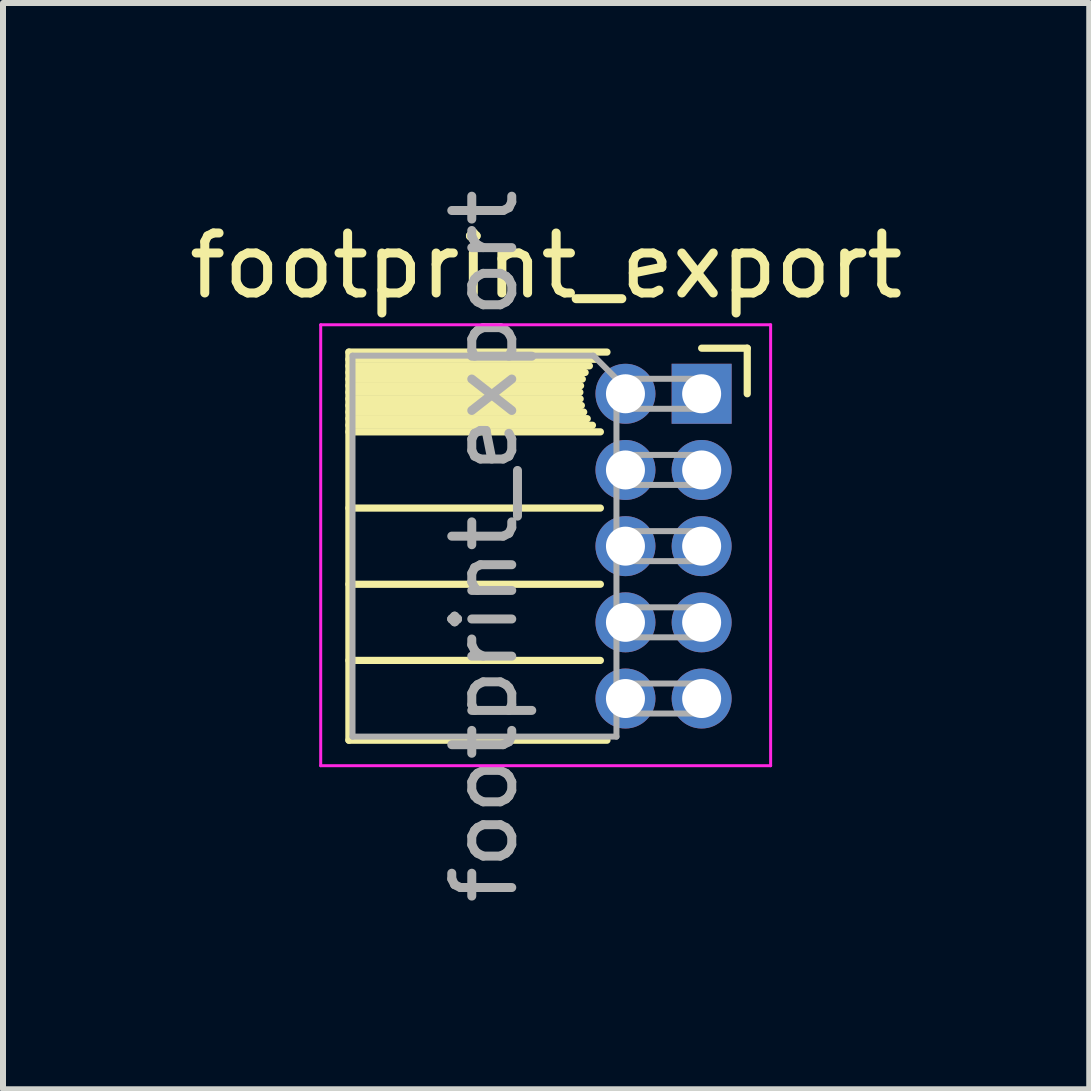
<source format=kicad_pcb>
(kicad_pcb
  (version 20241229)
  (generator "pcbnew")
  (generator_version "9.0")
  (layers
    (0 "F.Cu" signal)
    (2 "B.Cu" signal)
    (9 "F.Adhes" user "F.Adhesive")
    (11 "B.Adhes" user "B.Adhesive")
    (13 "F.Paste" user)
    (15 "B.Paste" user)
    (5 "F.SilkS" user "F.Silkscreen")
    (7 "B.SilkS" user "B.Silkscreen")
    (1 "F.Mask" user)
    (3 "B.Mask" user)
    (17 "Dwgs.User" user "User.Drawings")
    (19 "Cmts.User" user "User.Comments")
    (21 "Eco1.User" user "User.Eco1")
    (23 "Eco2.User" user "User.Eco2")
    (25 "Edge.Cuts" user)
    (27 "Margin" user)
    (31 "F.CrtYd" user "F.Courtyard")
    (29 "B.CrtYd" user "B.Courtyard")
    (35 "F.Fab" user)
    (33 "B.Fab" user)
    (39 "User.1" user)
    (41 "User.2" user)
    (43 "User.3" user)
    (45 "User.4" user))
  (footprint "footprint_export"
    (layer "F.Cu")
    (at 8.646 3.514)
    (property "Reference" "footprint_export" (at -2.592 -2.135 0) (layer "F.SilkS") (effects (font (size 1 1) (thickness 0.15))))
    (attr through_hole)
    (fp_line (start -5.88 -0.695) (end -5.88 5.775) (stroke (width 0.12) (type solid)) (layer "F.SilkS"))
    (fp_line (start -5.88 -0.695) (end -1.578 -0.695) (stroke (width 0.12) (type solid)) (layer "F.SilkS"))
    (fp_line (start -5.88 -0.575) (end -1.767 -0.575) (stroke (width 0.12) (type solid)) (layer "F.SilkS"))
    (fp_line (start -5.88 -0.465) (end -1.871 -0.465) (stroke (width 0.12) (type solid)) (layer "F.SilkS"))
    (fp_line (start -5.88 -0.355) (end -1.942 -0.355) (stroke (width 0.12) (type solid)) (layer "F.SilkS"))
    (fp_line (start -5.88 -0.245) (end -1.989 -0.245) (stroke (width 0.12) (type solid)) (layer "F.SilkS"))
    (fp_line (start -5.88 -0.135) (end -2.018 -0.135) (stroke (width 0.12) (type solid)) (layer "F.SilkS"))
    (fp_line (start -5.88 -0.025) (end -2.03 -0.025) (stroke (width 0.12) (type solid)) (layer "F.SilkS"))
    (fp_line (start -5.88 0.085) (end -2.025 0.085) (stroke (width 0.12) (type solid)) (layer "F.SilkS"))
    (fp_line (start -5.88 0.195) (end -2.005 0.195) (stroke (width 0.12) (type solid)) (layer "F.SilkS"))
    (fp_line (start -5.88 0.305) (end -1.966 0.305) (stroke (width 0.12) (type solid)) (layer "F.SilkS"))
    (fp_line (start -5.88 0.415) (end -1.907 0.415) (stroke (width 0.12) (type solid)) (layer "F.SilkS"))
    (fp_line (start -5.88 0.525) (end -1.82 0.525) (stroke (width 0.12) (type solid)) (layer "F.SilkS"))
    (fp_line (start -5.88 0.635) (end -1.688 0.635) (stroke (width 0.12) (type solid)) (layer "F.SilkS"))
    (fp_line (start -5.88 1.905) (end -1.688 1.905) (stroke (width 0.12) (type solid)) (layer "F.SilkS"))
    (fp_line (start -5.88 3.175) (end -1.688 3.175) (stroke (width 0.12) (type solid)) (layer "F.SilkS"))
    (fp_line (start -5.88 4.445) (end -1.688 4.445) (stroke (width 0.12) (type solid)) (layer "F.SilkS"))
    (fp_line (start -5.88 5.775) (end -1.578 5.775) (stroke (width 0.12) (type solid)) (layer "F.SilkS"))
    (fp_line (start 0 -0.76) (end 0.76 -0.76) (stroke (width 0.12) (type solid)) (layer "F.SilkS"))
    (fp_line (start 0.76 -0.76) (end 0.76 0) (stroke (width 0.12) (type solid)) (layer "F.SilkS"))
    (fp_line (start -6.35 -1.15) (end -6.35 6.2) (stroke (width 0.05) (type solid)) (layer "F.CrtYd"))
    (fp_line (start -6.35 6.2) (end 1.15 6.2) (stroke (width 0.05) (type solid)) (layer "F.CrtYd"))
    (fp_line (start 1.15 -1.15) (end -6.35 -1.15) (stroke (width 0.05) (type solid)) (layer "F.CrtYd"))
    (fp_line (start 1.15 6.2) (end 1.15 -1.15) (stroke (width 0.05) (type solid)) (layer "F.CrtYd"))
    (fp_line (start -5.82 -0.635) (end -1.805 -0.635) (stroke (width 0.1) (type solid)) (layer "F.Fab"))
    (fp_line (start -5.82 5.715) (end -5.82 -0.635) (stroke (width 0.1) (type solid)) (layer "F.Fab"))
    (fp_line (start -1.805 -0.635) (end -1.42 -0.25) (stroke (width 0.1) (type solid)) (layer "F.Fab"))
    (fp_line (start -1.42 -0.25) (end -1.42 5.715) (stroke (width 0.1) (type solid)) (layer "F.Fab"))
    (fp_line (start -1.42 0.25) (end 0 0.25) (stroke (width 0.1) (type solid)) (layer "F.Fab"))
    (fp_line (start -1.42 1.52) (end 0 1.52) (stroke (width 0.1) (type solid)) (layer "F.Fab"))
    (fp_line (start -1.42 2.79) (end 0 2.79) (stroke (width 0.1) (type solid)) (layer "F.Fab"))
    (fp_line (start -1.42 4.06) (end 0 4.06) (stroke (width 0.1) (type solid)) (layer "F.Fab"))
    (fp_line (start -1.42 5.33) (end 0 5.33) (stroke (width 0.1) (type solid)) (layer "F.Fab"))
    (fp_line (start -1.42 5.715) (end -5.82 5.715) (stroke (width 0.1) (type solid)) (layer "F.Fab"))
    (fp_line (start 0 -0.25) (end -1.42 -0.25) (stroke (width 0.1) (type solid)) (layer "F.Fab"))
    (fp_line (start 0 0.25) (end 0 -0.25) (stroke (width 0.1) (type solid)) (layer "F.Fab"))
    (fp_line (start 0 1.02) (end -1.42 1.02) (stroke (width 0.1) (type solid)) (layer "F.Fab"))
    (fp_line (start 0 1.52) (end 0 1.02) (stroke (width 0.1) (type solid)) (layer "F.Fab"))
    (fp_line (start 0 2.29) (end -1.42 2.29) (stroke (width 0.1) (type solid)) (layer "F.Fab"))
    (fp_line (start 0 2.79) (end 0 2.29) (stroke (width 0.1) (type solid)) (layer "F.Fab"))
    (fp_line (start 0 3.56) (end -1.42 3.56) (stroke (width 0.1) (type solid)) (layer "F.Fab"))
    (fp_line (start 0 4.06) (end 0 3.56) (stroke (width 0.1) (type solid)) (layer "F.Fab"))
    (fp_line (start 0 4.83) (end -1.42 4.83) (stroke (width 0.1) (type solid)) (layer "F.Fab"))
    (fp_line (start 0 5.33) (end 0 4.83) (stroke (width 0.1) (type solid)) (layer "F.Fab"))
    (fp_text user "${REFERENCE}" (at -3.62 2.54 90) (layer "F.Fab") (effects (font (size 1 1) (thickness 0.15))))
    (pad "1" thru_hole rect (at 0 0) (size 1 1) (drill 0.65) (layers "*.Cu" "*.Mask"))
    (pad "2" thru_hole oval (at -1.27 0) (size 1 1) (drill 0.65) (layers "*.Cu" "*.Mask"))
    (pad "3" thru_hole oval (at 0 1.27) (size 1 1) (drill 0.65) (layers "*.Cu" "*.Mask"))
    (pad "4" thru_hole oval (at -1.27 1.27) (size 1 1) (drill 0.65) (layers "*.Cu" "*.Mask"))
    (pad "5" thru_hole oval (at 0 2.54) (size 1 1) (drill 0.65) (layers "*.Cu" "*.Mask"))
    (pad "6" thru_hole oval (at -1.27 2.54) (size 1 1) (drill 0.65) (layers "*.Cu" "*.Mask"))
    (pad "7" thru_hole oval (at 0 3.81) (size 1 1) (drill 0.65) (layers "*.Cu" "*.Mask"))
    (pad "8" thru_hole oval (at -1.27 3.81) (size 1 1) (drill 0.65) (layers "*.Cu" "*.Mask"))
    (pad "9" thru_hole oval (at 0 5.08) (size 1 1) (drill 0.65) (layers "*.Cu" "*.Mask"))
    (pad "10" thru_hole oval (at -1.27 5.08) (size 1 1) (drill 0.65) (layers "*.Cu" "*.Mask")))
  (gr_rect
    (start -3 -3)
    (end 15.107 15.107)
    (stroke (width 0.1) (type default))
    (fill no)
    (layer "Edge.Cuts")))
</source>
